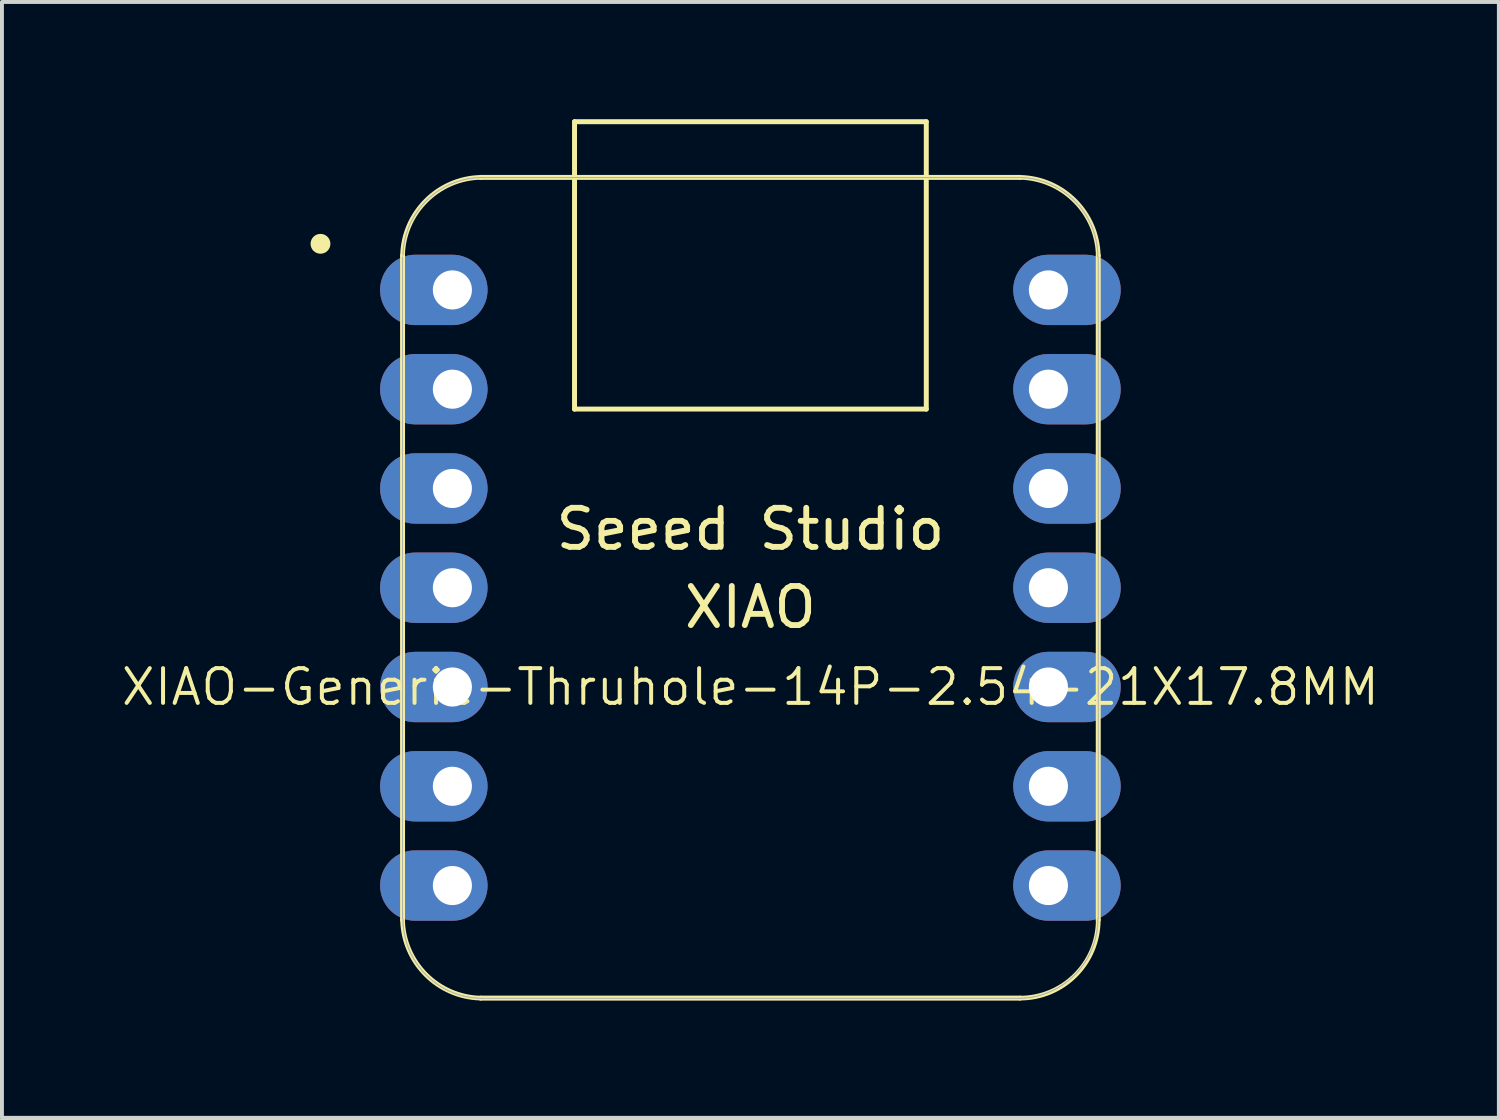
<source format=kicad_pcb>
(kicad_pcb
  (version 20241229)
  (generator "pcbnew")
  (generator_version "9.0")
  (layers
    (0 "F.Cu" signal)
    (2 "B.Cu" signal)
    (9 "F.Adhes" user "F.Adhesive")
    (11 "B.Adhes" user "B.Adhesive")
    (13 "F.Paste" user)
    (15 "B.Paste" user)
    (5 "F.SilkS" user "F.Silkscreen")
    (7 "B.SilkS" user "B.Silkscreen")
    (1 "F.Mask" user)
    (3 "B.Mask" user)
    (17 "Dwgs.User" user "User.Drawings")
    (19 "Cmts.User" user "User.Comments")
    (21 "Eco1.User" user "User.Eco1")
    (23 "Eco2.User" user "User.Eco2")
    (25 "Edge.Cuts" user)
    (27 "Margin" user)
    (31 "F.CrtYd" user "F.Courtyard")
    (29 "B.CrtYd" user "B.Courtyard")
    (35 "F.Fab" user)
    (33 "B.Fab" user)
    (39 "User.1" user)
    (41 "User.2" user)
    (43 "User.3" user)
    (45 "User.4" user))
  (footprint "XIAO-Generic-Thruhole-14P-2.54-21X17.8MM"
    (layer "F.Cu")
    (at 16.15 11.988)
    (property "Reference" "XIAO-Generic-Thruhole-14P-2.54-21X17.8MM" (at 0 2.54 0) (layer "F.SilkS") (effects (font (size 0.889 0.889) (thickness 0.102))))
    (attr smd)
    (fp_line (start -8.9 -8.5) (end -8.9 8.5) (stroke (width 0.127) (type solid)) (layer "F.SilkS"))
    (fp_line (start -6.9 10.5) (end 6.9 10.5) (stroke (width 0.127) (type solid)) (layer "F.SilkS"))
    (fp_line (start -4.5 -11.924) (end 4.5 -11.924) (stroke (width 0.127) (type solid)) (layer "F.SilkS"))
    (fp_line (start -4.5 -4.571) (end -4.5 -11.924) (stroke (width 0.127) (type solid)) (layer "F.SilkS"))
    (fp_line (start 4.5 -11.924) (end 4.5 -4.571) (stroke (width 0.127) (type solid)) (layer "F.SilkS"))
    (fp_line (start 4.5 -4.571) (end -4.5 -4.571) (stroke (width 0.127) (type solid)) (layer "F.SilkS"))
    (fp_line (start 6.9 -10.499) (end -6.9 -10.499) (stroke (width 0.127) (type solid)) (layer "F.SilkS"))
    (fp_line (start 8.9 8.5) (end 8.9 -8.5) (stroke (width 0.127) (type solid)) (layer "F.SilkS"))
    (fp_arc (start -8.9 -8.5) (mid -8.301491 -9.901491) (end -6.9 -10.5) (stroke (width 0.12) (type solid)) (layer "F.SilkS"))
    (fp_arc (start -6.9 10.5) (mid -8.301423 9.901423) (end -8.9 8.5) (stroke (width 0.12) (type solid)) (layer "F.SilkS"))
    (fp_arc (start 6.9 -10.5) (mid 8.301491 -9.901491) (end 8.9 -8.5) (stroke (width 0.12) (type solid)) (layer "F.SilkS"))
    (fp_arc (start 8.9 8.5) (mid 8.314214 9.914214) (end 6.9 10.5) (stroke (width 0.12) (type solid)) (layer "F.SilkS"))
    (fp_circle (center -11 -8.8) (end -11 -9.054) (stroke (width 0) (type solid)) (fill yes) (layer "F.SilkS"))
    (fp_poly (pts (xy -8.888 -8.562) (xy -8.885 -8.61) (xy -8.881 -8.659)) (stroke (width 0.025) (type solid)) (fill no) (layer "F.SilkS"))
    (fp_poly (pts (xy 8.889 8.522) (xy 8.888 8.571) (xy 8.885 8.62) (xy 8.881 8.669) (xy 8.875 8.717) (xy 8.869 8.766) (xy 8.861 8.815) (xy 8.852 8.863) (xy 8.842 8.911)) (stroke (width 0.025) (type solid)) (fill no) (layer "F.SilkS"))
    (fp_line (start -8.9 -8.463) (end -8.9 8.473) (stroke (width 0.025) (type solid)) (layer "F.Fab"))
    (fp_line (start -8.89 8.473) (end -8.889 8.522) (stroke (width 0.025) (type solid)) (layer "F.Fab"))
    (fp_line (start -8.889 8.522) (end -8.888 8.571) (stroke (width 0.025) (type solid)) (layer "F.Fab"))
    (fp_line (start -8.888 -8.562) (end -8.889 -8.512) (stroke (width 0.025) (type solid)) (layer "F.Fab"))
    (fp_line (start -8.888 8.571) (end -8.885 8.62) (stroke (width 0.025) (type solid)) (layer "F.Fab"))
    (fp_line (start -8.885 -8.61) (end -8.888 -8.562) (stroke (width 0.025) (type solid)) (layer "F.Fab"))
    (fp_line (start -8.885 8.62) (end -8.881 8.669) (stroke (width 0.025) (type solid)) (layer "F.Fab"))
    (fp_line (start -8.881 -8.659) (end -8.885 -8.61) (stroke (width 0.025) (type solid)) (layer "F.Fab"))
    (fp_line (start -8.881 8.669) (end -8.875 8.717) (stroke (width 0.025) (type solid)) (layer "F.Fab"))
    (fp_line (start -8.875 -8.708) (end -8.881 -8.659) (stroke (width 0.025) (type solid)) (layer "F.Fab"))
    (fp_line (start -8.875 8.717) (end -8.869 8.766) (stroke (width 0.025) (type solid)) (layer "F.Fab"))
    (fp_line (start -8.869 -8.757) (end -8.875 -8.708) (stroke (width 0.025) (type solid)) (layer "F.Fab"))
    (fp_line (start -8.869 8.766) (end -8.861 8.815) (stroke (width 0.025) (type solid)) (layer "F.Fab"))
    (fp_line (start -8.861 -8.806) (end -8.869 -8.757) (stroke (width 0.025) (type solid)) (layer "F.Fab"))
    (fp_line (start -8.861 8.815) (end -8.852 8.863) (stroke (width 0.025) (type solid)) (layer "F.Fab"))
    (fp_line (start -8.852 -8.854) (end -8.861 -8.806) (stroke (width 0.025) (type solid)) (layer "F.Fab"))
    (fp_line (start -8.852 8.863) (end -8.842 8.911) (stroke (width 0.025) (type solid)) (layer "F.Fab"))
    (fp_line (start -8.842 -8.902) (end -8.852 -8.854) (stroke (width 0.025) (type solid)) (layer "F.Fab"))
    (fp_line (start -8.842 8.911) (end -8.831 8.959) (stroke (width 0.025) (type solid)) (layer "F.Fab"))
    (fp_line (start -8.831 -8.95) (end -8.842 -8.902) (stroke (width 0.025) (type solid)) (layer "F.Fab"))
    (fp_line (start -8.831 8.959) (end -8.819 9.006) (stroke (width 0.025) (type solid)) (layer "F.Fab"))
    (fp_line (start -8.819 -8.997) (end -8.831 -8.95) (stroke (width 0.025) (type solid)) (layer "F.Fab"))
    (fp_line (start -8.819 9.006) (end -8.805 9.054) (stroke (width 0.025) (type solid)) (layer "F.Fab"))
    (fp_line (start -8.805 -9.045) (end -8.819 -8.997) (stroke (width 0.025) (type solid)) (layer "F.Fab"))
    (fp_line (start -8.805 9.054) (end -8.79 9.1) (stroke (width 0.025) (type solid)) (layer "F.Fab"))
    (fp_line (start -8.79 -9.091) (end -8.805 -9.045) (stroke (width 0.025) (type solid)) (layer "F.Fab"))
    (fp_line (start -8.79 9.1) (end -8.775 9.147) (stroke (width 0.025) (type solid)) (layer "F.Fab"))
    (fp_line (start -8.775 -9.138) (end -8.79 -9.091) (stroke (width 0.025) (type solid)) (layer "F.Fab"))
    (fp_line (start -8.775 9.147) (end -8.758 9.193) (stroke (width 0.025) (type solid)) (layer "F.Fab"))
    (fp_line (start -8.758 -9.184) (end -8.775 -9.138) (stroke (width 0.025) (type solid)) (layer "F.Fab"))
    (fp_line (start -8.758 9.193) (end -8.74 9.239) (stroke (width 0.025) (type solid)) (layer "F.Fab"))
    (fp_line (start -8.74 -9.23) (end -8.758 -9.184) (stroke (width 0.025) (type solid)) (layer "F.Fab"))
    (fp_line (start -8.74 9.239) (end -8.721 9.284) (stroke (width 0.025) (type solid)) (layer "F.Fab"))
    (fp_line (start -8.721 -9.275) (end -8.74 -9.23) (stroke (width 0.025) (type solid)) (layer "F.Fab"))
    (fp_line (start -8.721 9.284) (end -8.701 9.329) (stroke (width 0.025) (type solid)) (layer "F.Fab"))
    (fp_line (start -8.701 -9.32) (end -8.721 -9.275) (stroke (width 0.025) (type solid)) (layer "F.Fab"))
    (fp_line (start -8.701 9.329) (end -8.679 9.373) (stroke (width 0.025) (type solid)) (layer "F.Fab"))
    (fp_line (start -8.679 -9.364) (end -8.701 -9.32) (stroke (width 0.025) (type solid)) (layer "F.Fab"))
    (fp_line (start -8.679 9.373) (end -8.657 9.417) (stroke (width 0.025) (type solid)) (layer "F.Fab"))
    (fp_line (start -8.657 -9.408) (end -8.679 -9.364) (stroke (width 0.025) (type solid)) (layer "F.Fab"))
    (fp_line (start -8.657 9.417) (end -8.634 9.46) (stroke (width 0.025) (type solid)) (layer "F.Fab"))
    (fp_line (start -8.634 -9.451) (end -8.657 -9.408) (stroke (width 0.025) (type solid)) (layer "F.Fab"))
    (fp_line (start -8.634 9.46) (end -8.61 9.503) (stroke (width 0.025) (type solid)) (layer "F.Fab"))
    (fp_line (start -8.61 -9.494) (end -8.634 -9.451) (stroke (width 0.025) (type solid)) (layer "F.Fab"))
    (fp_line (start -8.61 9.503) (end -8.584 9.545) (stroke (width 0.025) (type solid)) (layer "F.Fab"))
    (fp_line (start -8.584 -9.536) (end -8.61 -9.494) (stroke (width 0.025) (type solid)) (layer "F.Fab"))
    (fp_line (start -8.584 9.545) (end -8.558 9.586) (stroke (width 0.025) (type solid)) (layer "F.Fab"))
    (fp_line (start -8.558 -9.577) (end -8.584 -9.536) (stroke (width 0.025) (type solid)) (layer "F.Fab"))
    (fp_line (start -8.558 9.586) (end -8.53 9.627) (stroke (width 0.025) (type solid)) (layer "F.Fab"))
    (fp_line (start -8.53 -9.618) (end -8.558 -9.577) (stroke (width 0.025) (type solid)) (layer "F.Fab"))
    (fp_line (start -8.53 9.627) (end -8.502 9.667) (stroke (width 0.025) (type solid)) (layer "F.Fab"))
    (fp_line (start -8.502 -9.658) (end -8.53 -9.618) (stroke (width 0.025) (type solid)) (layer "F.Fab"))
    (fp_line (start -8.502 9.667) (end -8.473 9.706) (stroke (width 0.025) (type solid)) (layer "F.Fab"))
    (fp_line (start -8.473 -9.697) (end -8.502 -9.658) (stroke (width 0.025) (type solid)) (layer "F.Fab"))
    (fp_line (start -8.473 9.706) (end -8.442 9.745) (stroke (width 0.025) (type solid)) (layer "F.Fab"))
    (fp_line (start -8.442 -9.736) (end -8.473 -9.697) (stroke (width 0.025) (type solid)) (layer "F.Fab"))
    (fp_line (start -8.442 9.745) (end -8.411 9.783) (stroke (width 0.025) (type solid)) (layer "F.Fab"))
    (fp_line (start -8.411 -9.774) (end -8.442 -9.736) (stroke (width 0.025) (type solid)) (layer "F.Fab"))
    (fp_line (start -8.411 9.783) (end -8.379 9.82) (stroke (width 0.025) (type solid)) (layer "F.Fab"))
    (fp_line (start -8.379 -9.811) (end -8.411 -9.774) (stroke (width 0.025) (type solid)) (layer "F.Fab"))
    (fp_line (start -8.379 9.82) (end -8.346 9.856) (stroke (width 0.025) (type solid)) (layer "F.Fab"))
    (fp_line (start -8.346 -9.847) (end -8.379 -9.811) (stroke (width 0.025) (type solid)) (layer "F.Fab"))
    (fp_line (start -8.346 9.856) (end -8.312 9.892) (stroke (width 0.025) (type solid)) (layer "F.Fab"))
    (fp_line (start -8.312 -9.883) (end -8.346 -9.847) (stroke (width 0.025) (type solid)) (layer "F.Fab"))
    (fp_line (start -8.312 9.892) (end -8.277 9.927) (stroke (width 0.025) (type solid)) (layer "F.Fab"))
    (fp_line (start -8.277 -9.918) (end -8.312 -9.883) (stroke (width 0.025) (type solid)) (layer "F.Fab"))
    (fp_line (start -8.277 9.927) (end -8.242 9.96) (stroke (width 0.025) (type solid)) (layer "F.Fab"))
    (fp_line (start -8.242 -9.951) (end -8.277 -9.918) (stroke (width 0.025) (type solid)) (layer "F.Fab"))
    (fp_line (start -8.242 9.96) (end -8.205 9.994) (stroke (width 0.025) (type solid)) (layer "F.Fab"))
    (fp_line (start -8.205 -9.984) (end -8.242 -9.951) (stroke (width 0.025) (type solid)) (layer "F.Fab"))
    (fp_line (start -8.205 9.994) (end -8.168 10.026) (stroke (width 0.025) (type solid)) (layer "F.Fab"))
    (fp_line (start -8.168 -10.017) (end -8.205 -9.984) (stroke (width 0.025) (type solid)) (layer "F.Fab"))
    (fp_line (start -8.168 10.026) (end -8.13 10.057) (stroke (width 0.025) (type solid)) (layer "F.Fab"))
    (fp_line (start -8.13 -10.048) (end -8.168 -10.017) (stroke (width 0.025) (type solid)) (layer "F.Fab"))
    (fp_line (start -8.13 10.057) (end -8.092 10.087) (stroke (width 0.025) (type solid)) (layer "F.Fab"))
    (fp_line (start -8.092 -10.078) (end -8.13 -10.048) (stroke (width 0.025) (type solid)) (layer "F.Fab"))
    (fp_line (start -8.092 10.087) (end -8.052 10.116) (stroke (width 0.025) (type solid)) (layer "F.Fab"))
    (fp_line (start -8.052 -10.107) (end -8.092 -10.078) (stroke (width 0.025) (type solid)) (layer "F.Fab"))
    (fp_line (start -8.052 10.116) (end -8.012 10.145) (stroke (width 0.025) (type solid)) (layer "F.Fab"))
    (fp_line (start -8.012 -10.136) (end -8.052 -10.107) (stroke (width 0.025) (type solid)) (layer "F.Fab"))
    (fp_line (start -8.012 10.145) (end -7.972 10.172) (stroke (width 0.025) (type solid)) (layer "F.Fab"))
    (fp_line (start -7.972 -10.163) (end -8.012 -10.136) (stroke (width 0.025) (type solid)) (layer "F.Fab"))
    (fp_line (start -7.972 10.172) (end -7.93 10.199) (stroke (width 0.025) (type solid)) (layer "F.Fab"))
    (fp_line (start -7.93 -10.19) (end -7.972 -10.163) (stroke (width 0.025) (type solid)) (layer "F.Fab"))
    (fp_line (start -7.93 10.199) (end -7.888 10.224) (stroke (width 0.025) (type solid)) (layer "F.Fab"))
    (fp_line (start -7.888 -10.215) (end -7.93 -10.19) (stroke (width 0.025) (type solid)) (layer "F.Fab"))
    (fp_line (start -7.888 10.224) (end -7.846 10.249) (stroke (width 0.025) (type solid)) (layer "F.Fab"))
    (fp_line (start -7.846 -10.239) (end -7.888 -10.215) (stroke (width 0.025) (type solid)) (layer "F.Fab"))
    (fp_line (start -7.846 10.249) (end -7.802 10.272) (stroke (width 0.025) (type solid)) (layer "F.Fab"))
    (fp_line (start -7.802 -10.263) (end -7.846 -10.239) (stroke (width 0.025) (type solid)) (layer "F.Fab"))
    (fp_line (start -7.802 10.272) (end -7.759 10.294) (stroke (width 0.025) (type solid)) (layer "F.Fab"))
    (fp_line (start -7.759 -10.285) (end -7.802 -10.263) (stroke (width 0.025) (type solid)) (layer "F.Fab"))
    (fp_line (start -7.759 10.294) (end -7.714 10.315) (stroke (width 0.025) (type solid)) (layer "F.Fab"))
    (fp_line (start -7.714 -10.306) (end -7.759 -10.285) (stroke (width 0.025) (type solid)) (layer "F.Fab"))
    (fp_line (start -7.714 10.315) (end -7.67 10.335) (stroke (width 0.025) (type solid)) (layer "F.Fab"))
    (fp_line (start -7.67 -10.326) (end -7.714 -10.306) (stroke (width 0.025) (type solid)) (layer "F.Fab"))
    (fp_line (start -7.67 10.335) (end -7.624 10.354) (stroke (width 0.025) (type solid)) (layer "F.Fab"))
    (fp_line (start -7.624 -10.345) (end -7.67 -10.326) (stroke (width 0.025) (type solid)) (layer "F.Fab"))
    (fp_line (start -7.624 10.354) (end -7.579 10.372) (stroke (width 0.025) (type solid)) (layer "F.Fab"))
    (fp_line (start -7.579 -10.363) (end -7.624 -10.345) (stroke (width 0.025) (type solid)) (layer "F.Fab"))
    (fp_line (start -7.579 10.372) (end -7.532 10.389) (stroke (width 0.025) (type solid)) (layer "F.Fab"))
    (fp_line (start -7.532 -10.38) (end -7.579 -10.363) (stroke (width 0.025) (type solid)) (layer "F.Fab"))
    (fp_line (start -7.532 10.389) (end -7.486 10.405) (stroke (width 0.025) (type solid)) (layer "F.Fab"))
    (fp_line (start -7.486 -10.396) (end -7.532 -10.38) (stroke (width 0.025) (type solid)) (layer "F.Fab"))
    (fp_line (start -7.486 10.405) (end -7.439 10.42) (stroke (width 0.025) (type solid)) (layer "F.Fab"))
    (fp_line (start -7.439 -10.411) (end -7.486 -10.396) (stroke (width 0.025) (type solid)) (layer "F.Fab"))
    (fp_line (start -7.439 10.42) (end -7.392 10.433) (stroke (width 0.025) (type solid)) (layer "F.Fab"))
    (fp_line (start -7.392 -10.424) (end -7.439 -10.411) (stroke (width 0.025) (type solid)) (layer "F.Fab"))
    (fp_line (start -7.392 10.433) (end -7.344 10.446) (stroke (width 0.025) (type solid)) (layer "F.Fab"))
    (fp_line (start -7.344 -10.436) (end -7.392 -10.424) (stroke (width 0.025) (type solid)) (layer "F.Fab"))
    (fp_line (start -7.344 10.446) (end -7.296 10.457) (stroke (width 0.025) (type solid)) (layer "F.Fab"))
    (fp_line (start -7.296 -10.448) (end -7.344 -10.436) (stroke (width 0.025) (type solid)) (layer "F.Fab"))
    (fp_line (start -7.296 10.457) (end -7.248 10.467) (stroke (width 0.025) (type solid)) (layer "F.Fab"))
    (fp_line (start -7.248 -10.458) (end -7.296 -10.448) (stroke (width 0.025) (type solid)) (layer "F.Fab"))
    (fp_line (start -7.248 10.467) (end -7.2 10.476) (stroke (width 0.025) (type solid)) (layer "F.Fab"))
    (fp_line (start -7.2 -10.466) (end -7.248 -10.458) (stroke (width 0.025) (type solid)) (layer "F.Fab"))
    (fp_line (start -7.2 10.476) (end -7.152 10.483) (stroke (width 0.025) (type solid)) (layer "F.Fab"))
    (fp_line (start -7.152 -10.474) (end -7.2 -10.466) (stroke (width 0.025) (type solid)) (layer "F.Fab"))
    (fp_line (start -7.152 10.483) (end -7.103 10.49) (stroke (width 0.025) (type solid)) (layer "F.Fab"))
    (fp_line (start -7.103 -10.481) (end -7.152 -10.474) (stroke (width 0.025) (type solid)) (layer "F.Fab"))
    (fp_line (start -7.103 10.49) (end -7.054 10.495) (stroke (width 0.025) (type solid)) (layer "F.Fab"))
    (fp_line (start -7.054 -10.486) (end -7.103 -10.481) (stroke (width 0.025) (type solid)) (layer "F.Fab"))
    (fp_line (start -7.054 10.495) (end -7.005 10.499) (stroke (width 0.025) (type solid)) (layer "F.Fab"))
    (fp_line (start -7.005 -10.49) (end -7.054 -10.486) (stroke (width 0.025) (type solid)) (layer "F.Fab"))
    (fp_line (start -7.005 10.499) (end -6.956 10.502) (stroke (width 0.025) (type solid)) (layer "F.Fab"))
    (fp_line (start -6.956 -10.493) (end -7.005 -10.49) (stroke (width 0.025) (type solid)) (layer "F.Fab"))
    (fp_line (start -6.956 10.502) (end -6.907 10.504) (stroke (width 0.025) (type solid)) (layer "F.Fab"))
    (fp_line (start -6.907 -10.495) (end -6.956 -10.493) (stroke (width 0.025) (type solid)) (layer "F.Fab"))
    (fp_line (start -6.907 10.504) (end -6.858 10.505) (stroke (width 0.025) (type solid)) (layer "F.Fab"))
    (fp_line (start -6.858 -10.495) (end -6.907 -10.495) (stroke (width 0.025) (type solid)) (layer "F.Fab"))
    (fp_line (start -6.858 10.505) (end 6.858 10.505) (stroke (width 0.025) (type solid)) (layer "F.Fab"))
    (fp_line (start 6.858 -10.495) (end -6.858 -10.495) (stroke (width 0.025) (type solid)) (layer "F.Fab"))
    (fp_line (start 6.858 10.505) (end 6.907 10.504) (stroke (width 0.025) (type solid)) (layer "F.Fab"))
    (fp_line (start 6.907 -10.495) (end 6.858 -10.495) (stroke (width 0.025) (type solid)) (layer "F.Fab"))
    (fp_line (start 6.907 10.504) (end 6.956 10.502) (stroke (width 0.025) (type solid)) (layer "F.Fab"))
    (fp_line (start 6.956 -10.493) (end 6.907 -10.495) (stroke (width 0.025) (type solid)) (layer "F.Fab"))
    (fp_line (start 6.956 10.502) (end 7.005 10.499) (stroke (width 0.025) (type solid)) (layer "F.Fab"))
    (fp_line (start 7.005 -10.49) (end 6.956 -10.493) (stroke (width 0.025) (type solid)) (layer "F.Fab"))
    (fp_line (start 7.005 10.499) (end 7.054 10.495) (stroke (width 0.025) (type solid)) (layer "F.Fab"))
    (fp_line (start 7.054 -10.486) (end 7.005 -10.49) (stroke (width 0.025) (type solid)) (layer "F.Fab"))
    (fp_line (start 7.054 10.495) (end 7.103 10.49) (stroke (width 0.025) (type solid)) (layer "F.Fab"))
    (fp_line (start 7.103 -10.481) (end 7.054 -10.486) (stroke (width 0.025) (type solid)) (layer "F.Fab"))
    (fp_line (start 7.103 10.49) (end 7.152 10.483) (stroke (width 0.025) (type solid)) (layer "F.Fab"))
    (fp_line (start 7.152 -10.474) (end 7.103 -10.481) (stroke (width 0.025) (type solid)) (layer "F.Fab"))
    (fp_line (start 7.152 10.483) (end 7.2 10.476) (stroke (width 0.025) (type solid)) (layer "F.Fab"))
    (fp_line (start 7.2 -10.466) (end 7.152 -10.474) (stroke (width 0.025) (type solid)) (layer "F.Fab"))
    (fp_line (start 7.2 10.476) (end 7.248 10.467) (stroke (width 0.025) (type solid)) (layer "F.Fab"))
    (fp_line (start 7.248 -10.458) (end 7.2 -10.466) (stroke (width 0.025) (type solid)) (layer "F.Fab"))
    (fp_line (start 7.248 10.467) (end 7.296 10.457) (stroke (width 0.025) (type solid)) (layer "F.Fab"))
    (fp_line (start 7.296 -10.448) (end 7.248 -10.458) (stroke (width 0.025) (type solid)) (layer "F.Fab"))
    (fp_line (start 7.296 10.457) (end 7.344 10.446) (stroke (width 0.025) (type solid)) (layer "F.Fab"))
    (fp_line (start 7.344 -10.436) (end 7.296 -10.448) (stroke (width 0.025) (type solid)) (layer "F.Fab"))
    (fp_line (start 7.344 10.446) (end 7.392 10.433) (stroke (width 0.025) (type solid)) (layer "F.Fab"))
    (fp_line (start 7.392 -10.424) (end 7.344 -10.436) (stroke (width 0.025) (type solid)) (layer "F.Fab"))
    (fp_line (start 7.392 10.433) (end 7.439 10.42) (stroke (width 0.025) (type solid)) (layer "F.Fab"))
    (fp_line (start 7.439 -10.411) (end 7.392 -10.424) (stroke (width 0.025) (type solid)) (layer "F.Fab"))
    (fp_line (start 7.439 10.42) (end 7.486 10.405) (stroke (width 0.025) (type solid)) (layer "F.Fab"))
    (fp_line (start 7.486 -10.396) (end 7.439 -10.411) (stroke (width 0.025) (type solid)) (layer "F.Fab"))
    (fp_line (start 7.486 10.405) (end 7.532 10.389) (stroke (width 0.025) (type solid)) (layer "F.Fab"))
    (fp_line (start 7.532 -10.38) (end 7.486 -10.396) (stroke (width 0.025) (type solid)) (layer "F.Fab"))
    (fp_line (start 7.532 10.389) (end 7.579 10.372) (stroke (width 0.025) (type solid)) (layer "F.Fab"))
    (fp_line (start 7.579 -10.363) (end 7.532 -10.38) (stroke (width 0.025) (type solid)) (layer "F.Fab"))
    (fp_line (start 7.579 10.372) (end 7.624 10.354) (stroke (width 0.025) (type solid)) (layer "F.Fab"))
    (fp_line (start 7.624 -10.345) (end 7.579 -10.363) (stroke (width 0.025) (type solid)) (layer "F.Fab"))
    (fp_line (start 7.624 10.354) (end 7.67 10.335) (stroke (width 0.025) (type solid)) (layer "F.Fab"))
    (fp_line (start 7.67 -10.326) (end 7.624 -10.345) (stroke (width 0.025) (type solid)) (layer "F.Fab"))
    (fp_line (start 7.67 10.335) (end 7.714 10.315) (stroke (width 0.025) (type solid)) (layer "F.Fab"))
    (fp_line (start 7.714 -10.306) (end 7.67 -10.326) (stroke (width 0.025) (type solid)) (layer "F.Fab"))
    (fp_line (start 7.714 10.315) (end 7.759 10.294) (stroke (width 0.025) (type solid)) (layer "F.Fab"))
    (fp_line (start 7.759 -10.285) (end 7.714 -10.306) (stroke (width 0.025) (type solid)) (layer "F.Fab"))
    (fp_line (start 7.759 10.294) (end 7.802 10.272) (stroke (width 0.025) (type solid)) (layer "F.Fab"))
    (fp_line (start 7.802 -10.263) (end 7.759 -10.285) (stroke (width 0.025) (type solid)) (layer "F.Fab"))
    (fp_line (start 7.802 10.272) (end 7.846 10.249) (stroke (width 0.025) (type solid)) (layer "F.Fab"))
    (fp_line (start 7.846 -10.239) (end 7.802 -10.263) (stroke (width 0.025) (type solid)) (layer "F.Fab"))
    (fp_line (start 7.846 10.249) (end 7.888 10.224) (stroke (width 0.025) (type solid)) (layer "F.Fab"))
    (fp_line (start 7.888 -10.215) (end 7.846 -10.239) (stroke (width 0.025) (type solid)) (layer "F.Fab"))
    (fp_line (start 7.888 10.224) (end 7.93 10.199) (stroke (width 0.025) (type solid)) (layer "F.Fab"))
    (fp_line (start 7.93 -10.19) (end 7.888 -10.215) (stroke (width 0.025) (type solid)) (layer "F.Fab"))
    (fp_line (start 7.93 10.199) (end 7.972 10.172) (stroke (width 0.025) (type solid)) (layer "F.Fab"))
    (fp_line (start 7.972 -10.163) (end 7.93 -10.19) (stroke (width 0.025) (type solid)) (layer "F.Fab"))
    (fp_line (start 7.972 10.172) (end 8.012 10.145) (stroke (width 0.025) (type solid)) (layer "F.Fab"))
    (fp_line (start 8.012 -10.136) (end 7.972 -10.163) (stroke (width 0.025) (type solid)) (layer "F.Fab"))
    (fp_line (start 8.012 10.145) (end 8.052 10.116) (stroke (width 0.025) (type solid)) (layer "F.Fab"))
    (fp_line (start 8.052 -10.107) (end 8.012 -10.136) (stroke (width 0.025) (type solid)) (layer "F.Fab"))
    (fp_line (start 8.052 10.116) (end 8.092 10.087) (stroke (width 0.025) (type solid)) (layer "F.Fab"))
    (fp_line (start 8.092 -10.078) (end 8.052 -10.107) (stroke (width 0.025) (type solid)) (layer "F.Fab"))
    (fp_line (start 8.092 10.087) (end 8.13 10.057) (stroke (width 0.025) (type solid)) (layer "F.Fab"))
    (fp_line (start 8.13 -10.048) (end 8.092 -10.078) (stroke (width 0.025) (type solid)) (layer "F.Fab"))
    (fp_line (start 8.13 10.057) (end 8.168 10.026) (stroke (width 0.025) (type solid)) (layer "F.Fab"))
    (fp_line (start 8.168 -10.017) (end 8.13 -10.048) (stroke (width 0.025) (type solid)) (layer "F.Fab"))
    (fp_line (start 8.168 10.026) (end 8.205 9.994) (stroke (width 0.025) (type solid)) (layer "F.Fab"))
    (fp_line (start 8.205 -9.984) (end 8.168 -10.017) (stroke (width 0.025) (type solid)) (layer "F.Fab"))
    (fp_line (start 8.205 9.994) (end 8.242 9.96) (stroke (width 0.025) (type solid)) (layer "F.Fab"))
    (fp_line (start 8.242 -9.951) (end 8.205 -9.984) (stroke (width 0.025) (type solid)) (layer "F.Fab"))
    (fp_line (start 8.242 9.96) (end 8.277 9.927) (stroke (width 0.025) (type solid)) (layer "F.Fab"))
    (fp_line (start 8.277 -9.918) (end 8.242 -9.951) (stroke (width 0.025) (type solid)) (layer "F.Fab"))
    (fp_line (start 8.277 9.927) (end 8.312 9.892) (stroke (width 0.025) (type solid)) (layer "F.Fab"))
    (fp_line (start 8.312 -9.883) (end 8.277 -9.918) (stroke (width 0.025) (type solid)) (layer "F.Fab"))
    (fp_line (start 8.312 9.892) (end 8.346 9.856) (stroke (width 0.025) (type solid)) (layer "F.Fab"))
    (fp_line (start 8.346 -9.847) (end 8.312 -9.883) (stroke (width 0.025) (type solid)) (layer "F.Fab"))
    (fp_line (start 8.346 9.856) (end 8.379 9.82) (stroke (width 0.025) (type solid)) (layer "F.Fab"))
    (fp_line (start 8.379 -9.811) (end 8.346 -9.847) (stroke (width 0.025) (type solid)) (layer "F.Fab"))
    (fp_line (start 8.379 9.82) (end 8.411 9.783) (stroke (width 0.025) (type solid)) (layer "F.Fab"))
    (fp_line (start 8.411 -9.774) (end 8.379 -9.811) (stroke (width 0.025) (type solid)) (layer "F.Fab"))
    (fp_line (start 8.411 9.783) (end 8.442 9.745) (stroke (width 0.025) (type solid)) (layer "F.Fab"))
    (fp_line (start 8.442 -9.736) (end 8.411 -9.774) (stroke (width 0.025) (type solid)) (layer "F.Fab"))
    (fp_line (start 8.442 9.745) (end 8.473 9.706) (stroke (width 0.025) (type solid)) (layer "F.Fab"))
    (fp_line (start 8.473 -9.697) (end 8.442 -9.736) (stroke (width 0.025) (type solid)) (layer "F.Fab"))
    (fp_line (start 8.473 9.706) (end 8.502 9.667) (stroke (width 0.025) (type solid)) (layer "F.Fab"))
    (fp_line (start 8.502 -9.658) (end 8.473 -9.697) (stroke (width 0.025) (type solid)) (layer "F.Fab"))
    (fp_line (start 8.502 9.667) (end 8.53 9.627) (stroke (width 0.025) (type solid)) (layer "F.Fab"))
    (fp_line (start 8.53 -9.618) (end 8.502 -9.658) (stroke (width 0.025) (type solid)) (layer "F.Fab"))
    (fp_line (start 8.53 9.627) (end 8.558 9.586) (stroke (width 0.025) (type solid)) (layer "F.Fab"))
    (fp_line (start 8.558 -9.577) (end 8.53 -9.618) (stroke (width 0.025) (type solid)) (layer "F.Fab"))
    (fp_line (start 8.558 9.586) (end 8.584 9.545) (stroke (width 0.025) (type solid)) (layer "F.Fab"))
    (fp_line (start 8.584 -9.536) (end 8.558 -9.577) (stroke (width 0.025) (type solid)) (layer "F.Fab"))
    (fp_line (start 8.584 9.545) (end 8.61 9.503) (stroke (width 0.025) (type solid)) (layer "F.Fab"))
    (fp_line (start 8.61 -9.494) (end 8.584 -9.536) (stroke (width 0.025) (type solid)) (layer "F.Fab"))
    (fp_line (start 8.61 9.503) (end 8.634 9.46) (stroke (width 0.025) (type solid)) (layer "F.Fab"))
    (fp_line (start 8.634 -9.451) (end 8.61 -9.494) (stroke (width 0.025) (type solid)) (layer "F.Fab"))
    (fp_line (start 8.634 9.46) (end 8.657 9.417) (stroke (width 0.025) (type solid)) (layer "F.Fab"))
    (fp_line (start 8.657 -9.408) (end 8.634 -9.451) (stroke (width 0.025) (type solid)) (layer "F.Fab"))
    (fp_line (start 8.657 9.417) (end 8.679 9.373) (stroke (width 0.025) (type solid)) (layer "F.Fab"))
    (fp_line (start 8.679 -9.364) (end 8.657 -9.408) (stroke (width 0.025) (type solid)) (layer "F.Fab"))
    (fp_line (start 8.679 9.373) (end 8.701 9.329) (stroke (width 0.025) (type solid)) (layer "F.Fab"))
    (fp_line (start 8.701 -9.32) (end 8.679 -9.364) (stroke (width 0.025) (type solid)) (layer "F.Fab"))
    (fp_line (start 8.701 9.329) (end 8.721 9.284) (stroke (width 0.025) (type solid)) (layer "F.Fab"))
    (fp_line (start 8.721 -9.275) (end 8.701 -9.32) (stroke (width 0.025) (type solid)) (layer "F.Fab"))
    (fp_line (start 8.721 9.284) (end 8.74 9.239) (stroke (width 0.025) (type solid)) (layer "F.Fab"))
    (fp_line (start 8.74 -9.23) (end 8.721 -9.275) (stroke (width 0.025) (type solid)) (layer "F.Fab"))
    (fp_line (start 8.74 9.239) (end 8.758 9.193) (stroke (width 0.025) (type solid)) (layer "F.Fab"))
    (fp_line (start 8.758 -9.184) (end 8.74 -9.23) (stroke (width 0.025) (type solid)) (layer "F.Fab"))
    (fp_line (start 8.758 9.193) (end 8.775 9.147) (stroke (width 0.025) (type solid)) (layer "F.Fab"))
    (fp_line (start 8.775 -9.138) (end 8.758 -9.184) (stroke (width 0.025) (type solid)) (layer "F.Fab"))
    (fp_line (start 8.775 9.147) (end 8.79 9.1) (stroke (width 0.025) (type solid)) (layer "F.Fab"))
    (fp_line (start 8.79 -9.091) (end 8.775 -9.138) (stroke (width 0.025) (type solid)) (layer "F.Fab"))
    (fp_line (start 8.79 9.1) (end 8.805 9.054) (stroke (width 0.025) (type solid)) (layer "F.Fab"))
    (fp_line (start 8.805 -9.045) (end 8.79 -9.091) (stroke (width 0.025) (type solid)) (layer "F.Fab"))
    (fp_line (start 8.805 9.054) (end 8.819 9.006) (stroke (width 0.025) (type solid)) (layer "F.Fab"))
    (fp_line (start 8.819 -8.997) (end 8.805 -9.045) (stroke (width 0.025) (type solid)) (layer "F.Fab"))
    (fp_line (start 8.819 9.006) (end 8.831 8.959) (stroke (width 0.025) (type solid)) (layer "F.Fab"))
    (fp_line (start 8.831 -8.95) (end 8.819 -8.997) (stroke (width 0.025) (type solid)) (layer "F.Fab"))
    (fp_line (start 8.831 8.959) (end 8.842 8.911) (stroke (width 0.025) (type solid)) (layer "F.Fab"))
    (fp_line (start 8.842 -8.902) (end 8.831 -8.95) (stroke (width 0.025) (type solid)) (layer "F.Fab"))
    (fp_line (start 8.842 8.911) (end 8.852 8.863) (stroke (width 0.025) (type solid)) (layer "F.Fab"))
    (fp_line (start 8.852 -8.854) (end 8.842 -8.902) (stroke (width 0.025) (type solid)) (layer "F.Fab"))
    (fp_line (start 8.852 8.863) (end 8.861 8.815) (stroke (width 0.025) (type solid)) (layer "F.Fab"))
    (fp_line (start 8.861 -8.806) (end 8.852 -8.854) (stroke (width 0.025) (type solid)) (layer "F.Fab"))
    (fp_line (start 8.861 8.815) (end 8.869 8.766) (stroke (width 0.025) (type solid)) (layer "F.Fab"))
    (fp_line (start 8.869 -8.757) (end 8.861 -8.806) (stroke (width 0.025) (type solid)) (layer "F.Fab"))
    (fp_line (start 8.869 8.766) (end 8.875 8.717) (stroke (width 0.025) (type solid)) (layer "F.Fab"))
    (fp_line (start 8.875 -8.708) (end 8.869 -8.757) (stroke (width 0.025) (type solid)) (layer "F.Fab"))
    (fp_line (start 8.875 8.717) (end 8.881 8.669) (stroke (width 0.025) (type solid)) (layer "F.Fab"))
    (fp_line (start 8.881 -8.659) (end 8.875 -8.708) (stroke (width 0.025) (type solid)) (layer "F.Fab"))
    (fp_line (start 8.881 8.669) (end 8.885 8.62) (stroke (width 0.025) (type solid)) (layer "F.Fab"))
    (fp_line (start 8.885 -8.61) (end 8.881 -8.659) (stroke (width 0.025) (type solid)) (layer "F.Fab"))
    (fp_line (start 8.885 8.62) (end 8.888 8.571) (stroke (width 0.025) (type solid)) (layer "F.Fab"))
    (fp_line (start 8.888 -8.562) (end 8.885 -8.61) (stroke (width 0.025) (type solid)) (layer "F.Fab"))
    (fp_line (start 8.888 8.571) (end 8.889 8.522) (stroke (width 0.025) (type solid)) (layer "F.Fab"))
    (fp_line (start 8.889 -8.512) (end 8.888 -8.562) (stroke (width 0.025) (type solid)) (layer "F.Fab"))
    (fp_line (start 8.889 8.522) (end 8.89 8.473) (stroke (width 0.025) (type solid)) (layer "F.Fab"))
    (fp_line (start 8.89 -8.463) (end 8.889 -8.512) (stroke (width 0.025) (type solid)) (layer "F.Fab"))
    (fp_line (start 8.9 8.473) (end 8.9 -8.463) (stroke (width 0.025) (type solid)) (layer "F.Fab"))
    (fp_text user "Seeed Studio" (at 0 -1.5 0) (unlocked yes) (layer "F.SilkS") (effects (font (size 1 1) (thickness 0.15))))
    (fp_text user "XIAO" (at 0 0.5 0) (unlocked yes) (layer "F.SilkS") (effects (font (size 1 1) (thickness 0.15))))
    (pad "1" thru_hole oval (at -7.625 -7.62) (size 2.75 1.8) (drill 1 (offset -0.475 0)) (layers "*.Cu" "*.Mask"))
    (pad "2" thru_hole oval (at -7.625 -5.08) (size 2.75 1.8) (drill 1 (offset -0.475 0)) (layers "*.Cu" "*.Mask"))
    (pad "3" thru_hole oval (at -7.625 -2.54) (size 2.75 1.8) (drill 1 (offset -0.475 0)) (layers "*.Cu" "*.Mask"))
    (pad "4" thru_hole oval (at -7.625 0) (size 2.75 1.8) (drill 1 (offset -0.475 0)) (layers "*.Cu" "*.Mask"))
    (pad "5" thru_hole oval (at -7.625 2.54) (size 2.75 1.8) (drill 1 (offset -0.475 0)) (layers "*.Cu" "*.Mask"))
    (pad "6" thru_hole oval (at -7.625 5.08) (size 2.75 1.8) (drill 1 (offset -0.475 0)) (layers "*.Cu" "*.Mask"))
    (pad "7" thru_hole oval (at -7.625 7.62) (size 2.75 1.8) (drill 1 (offset -0.475 0)) (layers "*.Cu" "*.Mask"))
    (pad "8" thru_hole oval (at 7.625 7.62 180) (size 2.75 1.8) (drill 1 (offset -0.475 0)) (layers "*.Cu" "*.Mask"))
    (pad "9" thru_hole oval (at 7.625 5.08 180) (size 2.75 1.8) (drill 1 (offset -0.475 0)) (layers "*.Cu" "*.Mask"))
    (pad "10" thru_hole oval (at 7.625 2.54 180) (size 2.75 1.8) (drill 1 (offset -0.475 0)) (layers "*.Cu" "*.Mask"))
    (pad "11" thru_hole oval (at 7.625 0 180) (size 2.75 1.8) (drill 1 (offset -0.475 0)) (layers "*.Cu" "*.Mask"))
    (pad "12" thru_hole oval (at 7.625 -2.54 180) (size 2.75 1.8) (drill 1 (offset -0.475 0)) (layers "*.Cu" "*.Mask"))
    (pad "13" thru_hole oval (at 7.625 -5.08 180) (size 2.75 1.8) (drill 1 (offset -0.475 0)) (layers "*.Cu" "*.Mask"))
    (pad "14" thru_hole oval (at 7.625 -7.62 180) (size 2.75 1.8) (drill 1 (offset -0.475 0)) (layers "*.Cu" "*.Mask")))
  (gr_rect
    (start -3 -3)
    (end 35.3 25.551)
    (stroke (width 0.1) (type default))
    (fill no)
    (layer "Edge.Cuts")))
</source>
